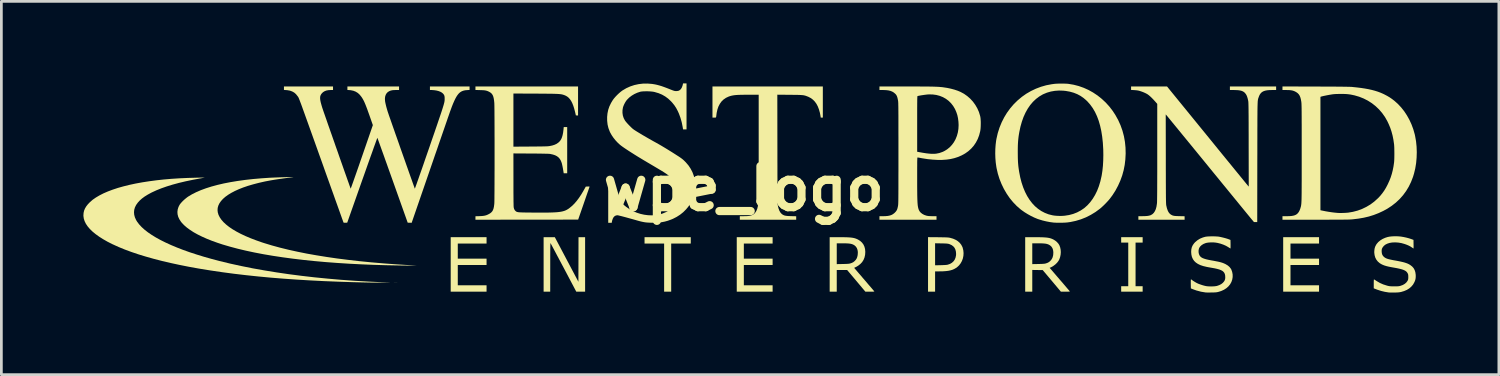
<source format=kicad_pcb>
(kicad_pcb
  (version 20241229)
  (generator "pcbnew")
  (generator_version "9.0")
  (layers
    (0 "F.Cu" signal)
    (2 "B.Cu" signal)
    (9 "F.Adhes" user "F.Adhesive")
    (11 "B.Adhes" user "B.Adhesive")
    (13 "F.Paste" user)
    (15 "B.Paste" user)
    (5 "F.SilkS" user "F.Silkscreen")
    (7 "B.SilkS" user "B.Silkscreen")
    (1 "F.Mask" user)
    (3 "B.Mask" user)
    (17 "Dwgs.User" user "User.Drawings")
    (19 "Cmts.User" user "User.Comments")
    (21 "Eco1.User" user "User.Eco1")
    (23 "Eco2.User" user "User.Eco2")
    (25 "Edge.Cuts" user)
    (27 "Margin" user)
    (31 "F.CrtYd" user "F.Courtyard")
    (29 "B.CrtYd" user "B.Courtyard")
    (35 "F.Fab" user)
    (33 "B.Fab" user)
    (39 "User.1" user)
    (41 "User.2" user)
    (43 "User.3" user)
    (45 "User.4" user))
  (footprint "wpe_logo"
    (layer "F.Cu")
    (at 24.144 3.845)
    (property "Reference" "wpe_logo" (at 0 0 0) (layer "F.SilkS") (effects (font (size 1.5 1.5) (thickness 0.3))))
    (attr board_only exclude_from_pos_files exclude_from_bom)
    (fp_poly (pts (xy -12.703 3.441) (xy -12.681 3.442) (xy -12.668 3.443) (xy -12.672 3.444) (xy -12.69 3.445) (xy -12.722 3.445) (xy -12.734 3.445) (xy -12.77 3.445) (xy -12.792 3.445) (xy -12.801 3.444) (xy -12.794 3.443) (xy -12.788 3.442) (xy -12.747 3.441)) (stroke (width 0) (type solid)) (fill yes) (layer "F.SilkS"))
    (fp_poly (pts (xy -1.94 1.892) (xy -1.94 2.009) (xy -2.298 2.009) (xy -2.656 2.009) (xy -2.656 2.888) (xy -2.656 3.768) (xy -2.785 3.768) (xy -2.914 3.768) (xy -2.914 2.888) (xy -2.914 2.009) (xy -3.272 2.009) (xy -3.63 2.009) (xy -3.63 1.892) (xy -3.63 1.776) (xy -2.785 1.776) (xy -1.94 1.776)) (stroke (width 0) (type solid)) (fill yes) (layer "F.SilkS"))
    (fp_poly (pts (xy -9.406 1.892) (xy -9.406 2.009) (xy -9.932 2.009) (xy -10.458 2.009) (xy -10.458 2.285) (xy -10.458 2.561) (xy -9.932 2.561) (xy -9.406 2.561) (xy -9.406 2.677) (xy -9.406 2.793) (xy -9.932 2.793) (xy -10.458 2.793) (xy -10.458 3.164) (xy -10.458 3.535) (xy -9.932 3.535) (xy -9.406 3.535) (xy -9.406 3.651) (xy -9.406 3.768) (xy -10.062 3.768) (xy -10.717 3.768) (xy -10.717 2.772) (xy -10.717 1.776) (xy -10.062 1.776) (xy -9.406 1.776)) (stroke (width 0) (type solid)) (fill yes) (layer "F.SilkS"))
    (fp_poly (pts (xy 1.052 1.892) (xy 1.052 2.009) (xy 0.526 2.009) (xy 0 2.009) (xy 0 2.285) (xy 0 2.561) (xy 0.526 2.561) (xy 1.052 2.561) (xy 1.052 2.677) (xy 1.052 2.793) (xy 0.526 2.793) (xy 0 2.793) (xy 0 3.164) (xy 0 3.535) (xy 0.526 3.535) (xy 1.052 3.535) (xy 1.052 3.651) (xy 1.052 3.768) (xy 0.397 3.768) (xy -0.259 3.768) (xy -0.259 2.772) (xy -0.259 1.776) (xy 0.397 1.776) (xy 1.052 1.776)) (stroke (width 0) (type solid)) (fill yes) (layer "F.SilkS"))
    (fp_poly (pts (xy 14.58 1.875) (xy 14.58 1.974) (xy 14.45 1.974) (xy 14.321 1.974) (xy 14.321 2.772) (xy 14.321 3.569) (xy 14.45 3.569) (xy 14.58 3.569) (xy 14.58 3.669) (xy 14.58 3.768) (xy 14.187 3.768) (xy 13.795 3.768) (xy 13.795 3.669) (xy 13.795 3.569) (xy 13.924 3.569) (xy 14.054 3.569) (xy 14.054 2.772) (xy 14.054 1.974) (xy 13.924 1.974) (xy 13.795 1.974) (xy 13.795 1.875) (xy 13.795 1.776) (xy 14.187 1.776) (xy 14.58 1.776)) (stroke (width 0) (type solid)) (fill yes) (layer "F.SilkS"))
    (fp_poly (pts (xy 21.029 1.892) (xy 21.029 2.009) (xy 20.507 2.009) (xy 19.985 2.009) (xy 19.985 2.285) (xy 19.985 2.561) (xy 20.507 2.561) (xy 21.029 2.561) (xy 21.029 2.677) (xy 21.029 2.793) (xy 20.507 2.793) (xy 19.985 2.793) (xy 19.985 3.164) (xy 19.985 3.535) (xy 20.507 3.535) (xy 21.029 3.535) (xy 21.029 3.651) (xy 21.029 3.768) (xy 20.373 3.768) (xy 19.718 3.768) (xy 19.718 2.772) (xy 19.718 1.776) (xy 20.373 1.776) (xy 21.029 1.776)) (stroke (width 0) (type solid)) (fill yes) (layer "F.SilkS"))
    (fp_poly (pts (xy -5.803 2.772) (xy -5.803 3.768) (xy -5.964 3.768) (xy -6.126 3.768) (xy -6.591 2.887) (xy -6.652 2.773) (xy -6.711 2.662) (xy -6.767 2.556) (xy -6.82 2.457) (xy -6.869 2.364) (xy -6.914 2.28) (xy -6.954 2.204) (xy -6.989 2.139) (xy -7.018 2.084) (xy -7.041 2.042) (xy -7.057 2.012) (xy -7.066 1.996) (xy -7.067 1.993) (xy -7.069 1.994) (xy -7.071 2.002) (xy -7.072 2.019) (xy -7.073 2.044) (xy -7.074 2.079) (xy -7.075 2.125) (xy -7.076 2.182) (xy -7.077 2.251) (xy -7.077 2.333) (xy -7.078 2.428) (xy -7.078 2.538) (xy -7.078 2.664) (xy -7.078 2.806) (xy -7.078 2.873) (xy -7.079 3.768) (xy -7.199 3.768) (xy -7.32 3.768) (xy -7.32 2.772) (xy -7.32 1.776) (xy -7.115 1.776) (xy -6.91 1.776) (xy -6.479 2.592) (xy -6.048 3.407) (xy -6.046 2.591) (xy -6.044 1.776) (xy -5.923 1.776) (xy -5.803 1.776)) (stroke (width 0) (type solid)) (fill yes) (layer "F.SilkS"))
    (fp_poly (pts (xy 7.098 1.778) (xy 7.189 1.779) (xy 7.264 1.781) (xy 7.326 1.782) (xy 7.376 1.783) (xy 7.417 1.785) (xy 7.45 1.787) (xy 7.477 1.789) (xy 7.501 1.792) (xy 7.522 1.796) (xy 7.544 1.8) (xy 7.544 1.801) (xy 7.65 1.831) (xy 7.743 1.872) (xy 7.825 1.923) (xy 7.894 1.984) (xy 7.949 2.055) (xy 7.99 2.134) (xy 8 2.16) (xy 8.024 2.259) (xy 8.033 2.359) (xy 8.027 2.458) (xy 8.007 2.555) (xy 7.973 2.647) (xy 7.926 2.732) (xy 7.867 2.808) (xy 7.813 2.859) (xy 7.755 2.902) (xy 7.694 2.938) (xy 7.628 2.967) (xy 7.554 2.989) (xy 7.472 3.006) (xy 7.378 3.017) (xy 7.272 3.024) (xy 7.151 3.026) (xy 7.145 3.026) (xy 6.992 3.026) (xy 6.992 3.397) (xy 6.992 3.768) (xy 6.863 3.768) (xy 6.734 3.768) (xy 6.734 2.771) (xy 6.734 1.999) (xy 6.992 1.999) (xy 6.992 2.401) (xy 6.992 2.804) (xy 7.197 2.8) (xy 7.277 2.797) (xy 7.342 2.794) (xy 7.392 2.791) (xy 7.43 2.786) (xy 7.456 2.781) (xy 7.537 2.753) (xy 7.607 2.712) (xy 7.665 2.659) (xy 7.71 2.596) (xy 7.74 2.523) (xy 7.757 2.442) (xy 7.76 2.389) (xy 7.753 2.303) (xy 7.734 2.227) (xy 7.702 2.163) (xy 7.656 2.11) (xy 7.596 2.066) (xy 7.522 2.032) (xy 7.488 2.021) (xy 7.467 2.016) (xy 7.441 2.013) (xy 7.408 2.009) (xy 7.366 2.007) (xy 7.312 2.005) (xy 7.244 2.003) (xy 7.214 2.003) (xy 6.992 1.999) (xy 6.734 1.999) (xy 6.734 1.775)) (stroke (width 0) (type solid)) (fill yes) (layer "F.SilkS"))
    (fp_poly (pts (xy 3.581 1.776) (xy 3.682 1.778) (xy 3.769 1.78) (xy 3.845 1.784) (xy 3.909 1.789) (xy 3.966 1.796) (xy 4.015 1.805) (xy 4.059 1.816) (xy 4.099 1.83) (xy 4.138 1.846) (xy 4.175 1.864) (xy 4.255 1.914) (xy 4.32 1.974) (xy 4.372 2.044) (xy 4.409 2.124) (xy 4.432 2.213) (xy 4.44 2.311) (xy 4.44 2.316) (xy 4.433 2.423) (xy 4.411 2.52) (xy 4.375 2.608) (xy 4.324 2.688) (xy 4.258 2.758) (xy 4.177 2.821) (xy 4.096 2.867) (xy 4.033 2.898) (xy 4.05 2.917) (xy 4.058 2.926) (xy 4.075 2.946) (xy 4.102 2.977) (xy 4.136 3.017) (xy 4.176 3.064) (xy 4.222 3.118) (xy 4.273 3.176) (xy 4.326 3.239) (xy 4.381 3.303) (xy 4.437 3.368) (xy 4.493 3.433) (xy 4.546 3.496) (xy 4.597 3.555) (xy 4.645 3.61) (xy 4.687 3.659) (xy 4.722 3.701) (xy 4.75 3.734) (xy 4.766 3.753) (xy 4.77 3.758) (xy 4.769 3.762) (xy 4.762 3.764) (xy 4.746 3.766) (xy 4.72 3.767) (xy 4.681 3.768) (xy 4.627 3.768) (xy 4.611 3.768) (xy 4.443 3.768) (xy 4.11 3.371) (xy 3.776 2.975) (xy 3.586 2.975) (xy 3.397 2.975) (xy 3.397 3.371) (xy 3.397 3.768) (xy 3.268 3.768) (xy 3.138 3.768) (xy 3.138 2.772) (xy 3.138 2) (xy 3.397 2) (xy 3.397 2.381) (xy 3.397 2.761) (xy 3.615 2.757) (xy 3.69 2.755) (xy 3.751 2.753) (xy 3.798 2.75) (xy 3.835 2.747) (xy 3.863 2.743) (xy 3.884 2.738) (xy 3.946 2.717) (xy 3.997 2.692) (xy 4.041 2.658) (xy 4.058 2.642) (xy 4.097 2.599) (xy 4.125 2.554) (xy 4.145 2.503) (xy 4.159 2.443) (xy 4.164 2.404) (xy 4.168 2.32) (xy 4.157 2.244) (xy 4.133 2.177) (xy 4.096 2.121) (xy 4.046 2.075) (xy 3.996 2.046) (xy 3.962 2.033) (xy 3.927 2.022) (xy 3.886 2.014) (xy 3.839 2.008) (xy 3.782 2.004) (xy 3.714 2.001) (xy 3.631 2) (xy 3.607 2) (xy 3.397 2) (xy 3.138 2) (xy 3.138 1.776) (xy 3.464 1.776)) (stroke (width 0) (type solid)) (fill yes) (layer "F.SilkS"))
    (fp_poly (pts (xy 10.729 1.776) (xy 10.83 1.778) (xy 10.917 1.78) (xy 10.992 1.784) (xy 11.057 1.789) (xy 11.113 1.796) (xy 11.162 1.805) (xy 11.206 1.816) (xy 11.247 1.83) (xy 11.285 1.846) (xy 11.323 1.864) (xy 11.388 1.905) (xy 11.447 1.954) (xy 11.497 2.01) (xy 11.534 2.068) (xy 11.534 2.068) (xy 11.564 2.146) (xy 11.582 2.232) (xy 11.588 2.323) (xy 11.581 2.415) (xy 11.563 2.504) (xy 11.534 2.586) (xy 11.501 2.646) (xy 11.452 2.71) (xy 11.39 2.771) (xy 11.319 2.825) (xy 11.245 2.869) (xy 11.221 2.88) (xy 11.18 2.897) (xy 11.197 2.917) (xy 11.209 2.93) (xy 11.231 2.955) (xy 11.26 2.989) (xy 11.297 3.032) (xy 11.34 3.082) (xy 11.388 3.138) (xy 11.439 3.198) (xy 11.493 3.26) (xy 11.548 3.325) (xy 11.604 3.389) (xy 11.658 3.452) (xy 11.71 3.513) (xy 11.759 3.57) (xy 11.803 3.622) (xy 11.841 3.667) (xy 11.873 3.703) (xy 11.896 3.731) (xy 11.91 3.748) (xy 11.914 3.752) (xy 11.917 3.758) (xy 11.916 3.762) (xy 11.909 3.764) (xy 11.893 3.766) (xy 11.867 3.767) (xy 11.829 3.768) (xy 11.776 3.768) (xy 11.758 3.768) (xy 11.591 3.768) (xy 11.259 3.373) (xy 10.927 2.979) (xy 10.736 2.977) (xy 10.545 2.974) (xy 10.545 3.371) (xy 10.545 3.768) (xy 10.415 3.768) (xy 10.286 3.768) (xy 10.286 2.772) (xy 10.286 2) (xy 10.545 2) (xy 10.545 2.381) (xy 10.545 2.761) (xy 10.762 2.757) (xy 10.838 2.755) (xy 10.898 2.753) (xy 10.946 2.75) (xy 10.982 2.747) (xy 11.011 2.743) (xy 11.032 2.738) (xy 11.093 2.718) (xy 11.144 2.692) (xy 11.188 2.659) (xy 11.207 2.641) (xy 11.252 2.586) (xy 11.285 2.524) (xy 11.305 2.452) (xy 11.311 2.41) (xy 11.315 2.322) (xy 11.305 2.245) (xy 11.282 2.178) (xy 11.245 2.121) (xy 11.195 2.076) (xy 11.143 2.046) (xy 11.11 2.033) (xy 11.074 2.022) (xy 11.034 2.014) (xy 10.987 2.008) (xy 10.93 2.004) (xy 10.861 2.001) (xy 10.779 2) (xy 10.755 2) (xy 10.545 2) (xy 10.286 2) (xy 10.286 1.776) (xy 10.612 1.776)) (stroke (width 0) (type solid)) (fill yes) (layer "F.SilkS"))
    (fp_poly (pts (xy 2.888 -3.164) (xy 2.888 -2.595) (xy 2.85 -2.595) (xy 2.812 -2.595) (xy 2.807 -2.632) (xy 2.781 -2.771) (xy 2.746 -2.895) (xy 2.704 -3.005) (xy 2.653 -3.101) (xy 2.593 -3.183) (xy 2.524 -3.253) (xy 2.445 -3.311) (xy 2.356 -3.357) (xy 2.34 -3.363) (xy 2.307 -3.376) (xy 2.277 -3.387) (xy 2.249 -3.397) (xy 2.221 -3.404) (xy 2.19 -3.411) (xy 2.156 -3.416) (xy 2.116 -3.419) (xy 2.069 -3.422) (xy 2.014 -3.425) (xy 1.948 -3.426) (xy 1.869 -3.427) (xy 1.777 -3.428) (xy 1.675 -3.429) (xy 1.224 -3.433) (xy 1.227 -1.438) (xy 1.227 -1.219) (xy 1.227 -1.016) (xy 1.228 -0.828) (xy 1.228 -0.656) (xy 1.228 -0.499) (xy 1.229 -0.356) (xy 1.229 -0.225) (xy 1.229 -0.107) (xy 1.23 -0.001) (xy 1.23 0.093) (xy 1.231 0.178) (xy 1.231 0.252) (xy 1.232 0.318) (xy 1.233 0.374) (xy 1.233 0.424) (xy 1.234 0.466) (xy 1.235 0.501) (xy 1.236 0.531) (xy 1.237 0.555) (xy 1.238 0.576) (xy 1.239 0.592) (xy 1.241 0.606) (xy 1.242 0.617) (xy 1.244 0.626) (xy 1.245 0.629) (xy 1.268 0.724) (xy 1.297 0.803) (xy 1.332 0.867) (xy 1.374 0.916) (xy 1.409 0.945) (xy 1.438 0.962) (xy 1.468 0.976) (xy 1.501 0.987) (xy 1.54 0.994) (xy 1.588 1) (xy 1.647 1.004) (xy 1.72 1.006) (xy 1.735 1.007) (xy 1.914 1.011) (xy 1.914 1.074) (xy 1.914 1.138) (xy 0.884 1.138) (xy -0.147 1.138) (xy -0.147 1.073) (xy -0.147 1.009) (xy -0.002 1.008) (xy 0.086 1.007) (xy 0.159 1.002) (xy 0.219 0.994) (xy 0.269 0.981) (xy 0.311 0.965) (xy 0.318 0.962) (xy 0.373 0.926) (xy 0.419 0.877) (xy 0.458 0.814) (xy 0.49 0.737) (xy 0.513 0.645) (xy 0.53 0.539) (xy 0.534 0.5) (xy 0.535 0.478) (xy 0.536 0.439) (xy 0.537 0.382) (xy 0.538 0.308) (xy 0.539 0.218) (xy 0.54 0.11) (xy 0.541 -0.015) (xy 0.541 -0.157) (xy 0.542 -0.316) (xy 0.542 -0.492) (xy 0.543 -0.684) (xy 0.543 -0.894) (xy 0.543 -1.12) (xy 0.543 -1.363) (xy 0.543 -1.515) (xy 0.543 -3.432) (xy 0.172 -3.432) (xy 0.053 -3.431) (xy -0.05 -3.43) (xy -0.14 -3.428) (xy -0.217 -3.425) (xy -0.285 -3.421) (xy -0.343 -3.415) (xy -0.395 -3.407) (xy -0.442 -3.398) (xy -0.485 -3.387) (xy -0.527 -3.374) (xy -0.562 -3.361) (xy -0.657 -3.316) (xy -0.742 -3.257) (xy -0.815 -3.186) (xy -0.876 -3.101) (xy -0.927 -3.005) (xy -0.965 -2.896) (xy -0.992 -2.775) (xy -1 -2.718) (xy -1.006 -2.67) (xy -1.01 -2.636) (xy -1.015 -2.614) (xy -1.023 -2.602) (xy -1.034 -2.596) (xy -1.051 -2.595) (xy -1.076 -2.595) (xy -1.082 -2.595) (xy -1.147 -2.595) (xy -1.147 -3.164) (xy -1.147 -3.733) (xy 0.871 -3.733) (xy 2.888 -3.733)) (stroke (width 0) (type solid)) (fill yes) (layer "F.SilkS"))
    (fp_poly (pts (xy -16.528 -0.421) (xy -16.455 -0.42) (xy -16.519 -0.412) (xy -16.697 -0.39) (xy -16.858 -0.368) (xy -17.007 -0.347) (xy -17.144 -0.326) (xy -17.272 -0.305) (xy -17.392 -0.283) (xy -17.506 -0.261) (xy -17.617 -0.236) (xy -17.727 -0.211) (xy -17.836 -0.183) (xy -17.942 -0.155) (xy -18.129 -0.1) (xy -18.302 -0.041) (xy -18.462 0.022) (xy -18.608 0.088) (xy -18.739 0.157) (xy -18.856 0.228) (xy -18.958 0.302) (xy -19.045 0.379) (xy -19.116 0.458) (xy -19.172 0.538) (xy -19.212 0.621) (xy -19.235 0.704) (xy -19.241 0.789) (xy -19.232 0.871) (xy -19.205 0.961) (xy -19.16 1.05) (xy -19.099 1.139) (xy -19.021 1.228) (xy -18.927 1.315) (xy -18.817 1.402) (xy -18.691 1.487) (xy -18.549 1.571) (xy -18.392 1.654) (xy -18.22 1.735) (xy -18.033 1.814) (xy -17.831 1.891) (xy -17.615 1.967) (xy -17.528 1.995) (xy -17.251 2.079) (xy -16.958 2.159) (xy -16.648 2.235) (xy -16.322 2.307) (xy -15.981 2.376) (xy -15.624 2.439) (xy -15.252 2.499) (xy -14.866 2.555) (xy -14.465 2.606) (xy -14.049 2.653) (xy -13.62 2.696) (xy -13.176 2.734) (xy -12.72 2.768) (xy -12.25 2.797) (xy -12.234 2.798) (xy -12.171 2.801) (xy -12.112 2.805) (xy -12.06 2.808) (xy -12.018 2.811) (xy -11.987 2.813) (xy -11.972 2.814) (xy -11.971 2.814) (xy -11.967 2.815) (xy -11.978 2.816) (xy -12.005 2.816) (xy -12.048 2.816) (xy -12.108 2.816) (xy -12.184 2.815) (xy -12.277 2.815) (xy -12.386 2.813) (xy -12.513 2.812) (xy -12.601 2.81) (xy -13.078 2.801) (xy -13.545 2.787) (xy -14.001 2.768) (xy -14.447 2.745) (xy -14.88 2.717) (xy -15.302 2.685) (xy -15.712 2.648) (xy -16.109 2.607) (xy -16.493 2.561) (xy -16.864 2.511) (xy -17.221 2.457) (xy -17.563 2.399) (xy -17.892 2.336) (xy -18.205 2.269) (xy -18.503 2.198) (xy -18.785 2.123) (xy -19.051 2.045) (xy -19.236 1.984) (xy -19.44 1.911) (xy -19.631 1.835) (xy -19.808 1.756) (xy -19.97 1.676) (xy -20.117 1.594) (xy -20.248 1.509) (xy -20.364 1.424) (xy -20.464 1.337) (xy -20.547 1.25) (xy -20.581 1.207) (xy -20.638 1.119) (xy -20.679 1.03) (xy -20.702 0.94) (xy -20.708 0.851) (xy -20.697 0.762) (xy -20.669 0.673) (xy -20.631 0.597) (xy -20.604 0.558) (xy -20.566 0.513) (xy -20.519 0.463) (xy -20.467 0.413) (xy -20.412 0.366) (xy -20.358 0.323) (xy -20.318 0.294) (xy -20.178 0.21) (xy -20.022 0.131) (xy -19.85 0.057) (xy -19.663 -0.012) (xy -19.46 -0.076) (xy -19.242 -0.135) (xy -19.01 -0.189) (xy -18.763 -0.237) (xy -18.501 -0.28) (xy -18.226 -0.318) (xy -17.937 -0.35) (xy -17.635 -0.376) (xy -17.33 -0.397) (xy -17.277 -0.399) (xy -17.212 -0.402) (xy -17.139 -0.405) (xy -17.059 -0.408) (xy -16.977 -0.411) (xy -16.893 -0.414) (xy -16.812 -0.416) (xy -16.735 -0.418) (xy -16.665 -0.42) (xy -16.604 -0.421) (xy -16.557 -0.421)) (stroke (width 0) (type solid)) (fill yes) (layer "F.SilkS"))
    (fp_poly (pts (xy -19.725 -0.402) (xy -19.714 -0.401) (xy -19.714 -0.401) (xy -19.725 -0.398) (xy -19.75 -0.394) (xy -19.786 -0.387) (xy -19.831 -0.379) (xy -19.878 -0.371) (xy -20.151 -0.32) (xy -20.409 -0.266) (xy -20.653 -0.208) (xy -20.882 -0.146) (xy -21.096 -0.08) (xy -21.293 -0.011) (xy -21.475 0.062) (xy -21.64 0.138) (xy -21.658 0.147) (xy -21.789 0.218) (xy -21.904 0.289) (xy -22.003 0.362) (xy -22.087 0.437) (xy -22.158 0.515) (xy -22.216 0.597) (xy -22.22 0.604) (xy -22.262 0.689) (xy -22.287 0.777) (xy -22.295 0.867) (xy -22.287 0.959) (xy -22.262 1.052) (xy -22.22 1.145) (xy -22.18 1.212) (xy -22.106 1.309) (xy -22.016 1.406) (xy -21.91 1.502) (xy -21.787 1.598) (xy -21.648 1.693) (xy -21.493 1.788) (xy -21.324 1.881) (xy -21.139 1.973) (xy -20.94 2.064) (xy -20.727 2.153) (xy -20.5 2.241) (xy -20.259 2.327) (xy -20.005 2.41) (xy -19.738 2.492) (xy -19.458 2.571) (xy -19.171 2.647) (xy -18.784 2.741) (xy -18.382 2.829) (xy -17.965 2.913) (xy -17.534 2.99) (xy -17.091 3.062) (xy -16.636 3.129) (xy -16.171 3.189) (xy -15.695 3.244) (xy -15.21 3.292) (xy -14.718 3.335) (xy -14.218 3.371) (xy -13.713 3.4) (xy -13.217 3.423) (xy -13.152 3.425) (xy -13.089 3.428) (xy -13.032 3.43) (xy -12.983 3.432) (xy -12.946 3.434) (xy -12.924 3.434) (xy -12.92 3.435) (xy -12.932 3.435) (xy -12.957 3.436) (xy -12.994 3.436) (xy -13.041 3.436) (xy -13.097 3.436) (xy -13.159 3.437) (xy -13.225 3.437) (xy -13.295 3.437) (xy -13.366 3.436) (xy -13.436 3.436) (xy -13.504 3.436) (xy -13.568 3.436) (xy -13.625 3.436) (xy -13.675 3.435) (xy -13.716 3.435) (xy -13.739 3.434) (xy -14.294 3.421) (xy -14.833 3.403) (xy -15.357 3.382) (xy -15.866 3.356) (xy -16.36 3.326) (xy -16.841 3.292) (xy -17.309 3.254) (xy -17.765 3.211) (xy -18.209 3.164) (xy -18.642 3.113) (xy -19.064 3.057) (xy -19.477 2.996) (xy -19.567 2.982) (xy -19.934 2.922) (xy -20.289 2.858) (xy -20.63 2.79) (xy -20.959 2.719) (xy -21.274 2.645) (xy -21.576 2.567) (xy -21.863 2.486) (xy -22.135 2.403) (xy -22.392 2.316) (xy -22.633 2.227) (xy -22.858 2.135) (xy -23.066 2.04) (xy -23.087 2.031) (xy -23.264 1.941) (xy -23.425 1.849) (xy -23.57 1.757) (xy -23.699 1.664) (xy -23.813 1.57) (xy -23.909 1.476) (xy -23.99 1.381) (xy -24.054 1.286) (xy -24.101 1.19) (xy -24.131 1.095) (xy -24.144 1) (xy -24.144 0.974) (xy -24.138 0.887) (xy -24.119 0.804) (xy -24.086 0.725) (xy -24.039 0.647) (xy -23.977 0.568) (xy -23.905 0.494) (xy -23.806 0.408) (xy -23.69 0.327) (xy -23.558 0.249) (xy -23.411 0.174) (xy -23.249 0.104) (xy -23.073 0.038) (xy -22.883 -0.025) (xy -22.68 -0.082) (xy -22.463 -0.136) (xy -22.235 -0.185) (xy -21.994 -0.229) (xy -21.742 -0.268) (xy -21.48 -0.303) (xy -21.207 -0.333) (xy -20.924 -0.357) (xy -20.632 -0.376) (xy -20.386 -0.387) (xy -20.321 -0.39) (xy -20.25 -0.392) (xy -20.177 -0.394) (xy -20.103 -0.396) (xy -20.03 -0.398) (xy -19.96 -0.4) (xy -19.896 -0.401) (xy -19.838 -0.402) (xy -19.789 -0.402) (xy -19.75 -0.403)) (stroke (width 0) (type solid)) (fill yes) (layer "F.SilkS"))
    (fp_poly (pts (xy 17.224 1.747) (xy 17.287 1.75) (xy 17.341 1.754) (xy 17.364 1.757) (xy 17.419 1.767) (xy 17.483 1.782) (xy 17.55 1.798) (xy 17.616 1.816) (xy 17.676 1.834) (xy 17.724 1.851) (xy 17.727 1.852) (xy 17.791 1.877) (xy 17.794 2.034) (xy 17.794 2.083) (xy 17.794 2.127) (xy 17.793 2.161) (xy 17.792 2.183) (xy 17.791 2.19) (xy 17.782 2.185) (xy 17.762 2.173) (xy 17.734 2.156) (xy 17.712 2.141) (xy 17.627 2.092) (xy 17.53 2.049) (xy 17.426 2.013) (xy 17.319 1.986) (xy 17.245 1.974) (xy 17.185 1.968) (xy 17.119 1.966) (xy 17.05 1.968) (xy 16.985 1.973) (xy 16.928 1.981) (xy 16.886 1.991) (xy 16.808 2.022) (xy 16.742 2.062) (xy 16.689 2.11) (xy 16.651 2.164) (xy 16.647 2.172) (xy 16.632 2.218) (xy 16.624 2.272) (xy 16.625 2.329) (xy 16.635 2.381) (xy 16.65 2.423) (xy 16.67 2.459) (xy 16.697 2.49) (xy 16.732 2.518) (xy 16.776 2.542) (xy 16.832 2.563) (xy 16.9 2.584) (xy 16.982 2.603) (xy 17.08 2.622) (xy 17.097 2.625) (xy 17.192 2.642) (xy 17.272 2.658) (xy 17.34 2.671) (xy 17.397 2.684) (xy 17.445 2.697) (xy 17.488 2.71) (xy 17.526 2.724) (xy 17.562 2.739) (xy 17.599 2.756) (xy 17.618 2.766) (xy 17.694 2.812) (xy 17.756 2.866) (xy 17.803 2.926) (xy 17.822 2.959) (xy 17.853 3.047) (xy 17.87 3.139) (xy 17.871 3.232) (xy 17.856 3.323) (xy 17.824 3.416) (xy 17.777 3.5) (xy 17.715 3.576) (xy 17.64 3.642) (xy 17.553 3.698) (xy 17.452 3.744) (xy 17.357 3.774) (xy 17.327 3.781) (xy 17.299 3.787) (xy 17.27 3.791) (xy 17.237 3.794) (xy 17.197 3.796) (xy 17.145 3.797) (xy 17.093 3.798) (xy 17.037 3.799) (xy 16.985 3.799) (xy 16.94 3.799) (xy 16.905 3.798) (xy 16.884 3.797) (xy 16.882 3.797) (xy 16.713 3.769) (xy 16.544 3.724) (xy 16.429 3.683) (xy 16.343 3.649) (xy 16.34 3.484) (xy 16.34 3.426) (xy 16.34 3.383) (xy 16.341 3.352) (xy 16.342 3.333) (xy 16.345 3.323) (xy 16.349 3.319) (xy 16.35 3.319) (xy 16.365 3.326) (xy 16.373 3.332) (xy 16.387 3.344) (xy 16.412 3.362) (xy 16.445 3.384) (xy 16.483 3.408) (xy 16.522 3.431) (xy 16.558 3.451) (xy 16.57 3.457) (xy 16.621 3.48) (xy 16.683 3.503) (xy 16.751 3.526) (xy 16.819 3.546) (xy 16.882 3.561) (xy 16.907 3.566) (xy 16.959 3.572) (xy 17.02 3.576) (xy 17.086 3.577) (xy 17.152 3.575) (xy 17.214 3.571) (xy 17.267 3.564) (xy 17.3 3.557) (xy 17.382 3.528) (xy 17.454 3.491) (xy 17.512 3.445) (xy 17.557 3.393) (xy 17.578 3.357) (xy 17.59 3.325) (xy 17.597 3.295) (xy 17.6 3.257) (xy 17.6 3.238) (xy 17.597 3.179) (xy 17.586 3.128) (xy 17.567 3.083) (xy 17.538 3.045) (xy 17.499 3.011) (xy 17.447 2.983) (xy 17.382 2.957) (xy 17.303 2.935) (xy 17.209 2.914) (xy 17.14 2.902) (xy 17.085 2.892) (xy 17.026 2.882) (xy 16.971 2.872) (xy 16.925 2.863) (xy 16.916 2.861) (xy 16.795 2.832) (xy 16.69 2.797) (xy 16.599 2.753) (xy 16.524 2.702) (xy 16.463 2.643) (xy 16.416 2.575) (xy 16.382 2.499) (xy 16.362 2.413) (xy 16.354 2.317) (xy 16.354 2.309) (xy 16.36 2.22) (xy 16.379 2.141) (xy 16.413 2.068) (xy 16.462 1.999) (xy 16.501 1.957) (xy 16.584 1.887) (xy 16.677 1.83) (xy 16.781 1.787) (xy 16.869 1.762) (xy 16.907 1.756) (xy 16.958 1.751) (xy 17.02 1.747) (xy 17.087 1.746) (xy 17.156 1.745)) (stroke (width 0) (type solid)) (fill yes) (layer "F.SilkS"))
    (fp_poly (pts (xy 23.949 1.747) (xy 24.021 1.754) (xy 24.119 1.77) (xy 24.221 1.792) (xy 24.319 1.818) (xy 24.406 1.847) (xy 24.482 1.875) (xy 24.484 2.033) (xy 24.485 2.083) (xy 24.485 2.126) (xy 24.484 2.16) (xy 24.484 2.182) (xy 24.482 2.19) (xy 24.474 2.185) (xy 24.455 2.173) (xy 24.43 2.156) (xy 24.424 2.152) (xy 24.365 2.114) (xy 24.303 2.082) (xy 24.232 2.052) (xy 24.16 2.026) (xy 24.044 1.993) (xy 23.933 1.974) (xy 23.822 1.966) (xy 23.8 1.966) (xy 23.697 1.971) (xy 23.604 1.987) (xy 23.522 2.014) (xy 23.452 2.05) (xy 23.396 2.096) (xy 23.353 2.151) (xy 23.342 2.171) (xy 23.329 2.199) (xy 23.322 2.224) (xy 23.319 2.252) (xy 23.318 2.291) (xy 23.318 2.293) (xy 23.324 2.36) (xy 23.34 2.415) (xy 23.368 2.462) (xy 23.396 2.491) (xy 23.42 2.512) (xy 23.447 2.53) (xy 23.476 2.546) (xy 23.512 2.561) (xy 23.555 2.575) (xy 23.607 2.588) (xy 23.671 2.602) (xy 23.749 2.618) (xy 23.814 2.629) (xy 23.921 2.649) (xy 24.013 2.668) (xy 24.092 2.686) (xy 24.159 2.704) (xy 24.217 2.723) (xy 24.267 2.742) (xy 24.311 2.763) (xy 24.352 2.787) (xy 24.367 2.797) (xy 24.434 2.849) (xy 24.486 2.908) (xy 24.524 2.977) (xy 24.549 3.054) (xy 24.562 3.143) (xy 24.564 3.193) (xy 24.562 3.252) (xy 24.556 3.301) (xy 24.545 3.346) (xy 24.526 3.396) (xy 24.512 3.427) (xy 24.465 3.51) (xy 24.403 3.583) (xy 24.328 3.648) (xy 24.241 3.702) (xy 24.141 3.745) (xy 24.032 3.778) (xy 23.974 3.789) (xy 23.94 3.793) (xy 23.892 3.797) (xy 23.836 3.799) (xy 23.775 3.801) (xy 23.715 3.801) (xy 23.658 3.801) (xy 23.61 3.799) (xy 23.576 3.797) (xy 23.435 3.774) (xy 23.3 3.742) (xy 23.164 3.698) (xy 23.117 3.68) (xy 23.029 3.646) (xy 23.029 3.483) (xy 23.029 3.432) (xy 23.03 3.387) (xy 23.032 3.352) (xy 23.034 3.328) (xy 23.037 3.319) (xy 23.037 3.319) (xy 23.046 3.324) (xy 23.067 3.336) (xy 23.097 3.355) (xy 23.132 3.378) (xy 23.138 3.382) (xy 23.251 3.448) (xy 23.373 3.502) (xy 23.508 3.545) (xy 23.512 3.546) (xy 23.548 3.556) (xy 23.578 3.562) (xy 23.606 3.567) (xy 23.637 3.57) (xy 23.673 3.572) (xy 23.718 3.573) (xy 23.775 3.573) (xy 23.834 3.573) (xy 23.88 3.573) (xy 23.915 3.571) (xy 23.944 3.568) (xy 23.969 3.564) (xy 23.994 3.558) (xy 24.01 3.553) (xy 24.091 3.524) (xy 24.16 3.484) (xy 24.217 3.436) (xy 24.259 3.38) (xy 24.269 3.363) (xy 24.28 3.338) (xy 24.287 3.316) (xy 24.29 3.291) (xy 24.292 3.257) (xy 24.292 3.229) (xy 24.291 3.185) (xy 24.288 3.154) (xy 24.283 3.13) (xy 24.274 3.107) (xy 24.271 3.102) (xy 24.251 3.068) (xy 24.226 3.038) (xy 24.193 3.012) (xy 24.151 2.988) (xy 24.1 2.966) (xy 24.036 2.946) (xy 23.96 2.927) (xy 23.87 2.908) (xy 23.764 2.889) (xy 23.758 2.888) (xy 23.653 2.869) (xy 23.564 2.851) (xy 23.488 2.832) (xy 23.422 2.812) (xy 23.365 2.79) (xy 23.314 2.766) (xy 23.267 2.738) (xy 23.245 2.724) (xy 23.179 2.667) (xy 23.125 2.599) (xy 23.085 2.522) (xy 23.06 2.436) (xy 23.048 2.342) (xy 23.049 2.285) (xy 23.058 2.201) (xy 23.079 2.127) (xy 23.113 2.059) (xy 23.136 2.023) (xy 23.195 1.954) (xy 23.269 1.893) (xy 23.354 1.84) (xy 23.449 1.798) (xy 23.533 1.771) (xy 23.601 1.757) (xy 23.68 1.748) (xy 23.768 1.743) (xy 23.859 1.742)) (stroke (width 0) (type solid)) (fill yes) (layer "F.SilkS"))
    (fp_poly (pts (xy 11.711 -3.838) (xy 11.781 -3.836) (xy 11.841 -3.832) (xy 11.868 -3.829) (xy 12.058 -3.797) (xy 12.244 -3.749) (xy 12.425 -3.685) (xy 12.601 -3.606) (xy 12.769 -3.512) (xy 12.931 -3.404) (xy 13.083 -3.283) (xy 13.227 -3.149) (xy 13.36 -3.003) (xy 13.482 -2.845) (xy 13.583 -2.691) (xy 13.686 -2.505) (xy 13.772 -2.314) (xy 13.842 -2.117) (xy 13.896 -1.914) (xy 13.933 -1.707) (xy 13.954 -1.495) (xy 13.959 -1.279) (xy 13.947 -1.058) (xy 13.924 -0.867) (xy 13.886 -0.674) (xy 13.833 -0.481) (xy 13.764 -0.291) (xy 13.681 -0.106) (xy 13.585 0.073) (xy 13.476 0.243) (xy 13.379 0.373) (xy 13.334 0.427) (xy 13.28 0.486) (xy 13.22 0.549) (xy 13.159 0.61) (xy 13.099 0.666) (xy 13.044 0.715) (xy 13.019 0.736) (xy 12.856 0.856) (xy 12.685 0.96) (xy 12.508 1.05) (xy 12.324 1.123) (xy 12.135 1.18) (xy 11.942 1.221) (xy 11.829 1.237) (xy 11.77 1.242) (xy 11.698 1.246) (xy 11.619 1.248) (xy 11.538 1.249) (xy 11.458 1.248) (xy 11.386 1.246) (xy 11.325 1.242) (xy 11.316 1.241) (xy 11.189 1.224) (xy 11.055 1.198) (xy 10.922 1.166) (xy 10.797 1.128) (xy 10.737 1.108) (xy 10.621 1.06) (xy 10.499 1.001) (xy 10.378 0.934) (xy 10.261 0.862) (xy 10.155 0.787) (xy 10.118 0.759) (xy 9.975 0.634) (xy 9.842 0.496) (xy 9.719 0.346) (xy 9.608 0.184) (xy 9.508 0.013) (xy 9.421 -0.167) (xy 9.346 -0.354) (xy 9.286 -0.547) (xy 9.24 -0.746) (xy 9.23 -0.804) (xy 9.209 -0.956) (xy 9.196 -1.116) (xy 9.191 -1.28) (xy 9.192 -1.328) (xy 10.015 -1.328) (xy 10.016 -1.217) (xy 10.017 -1.12) (xy 10.02 -1.034) (xy 10.024 -0.955) (xy 10.03 -0.881) (xy 10.037 -0.808) (xy 10.047 -0.733) (xy 10.059 -0.652) (xy 10.067 -0.604) (xy 10.106 -0.404) (xy 10.155 -0.216) (xy 10.214 -0.04) (xy 10.282 0.123) (xy 10.359 0.273) (xy 10.446 0.41) (xy 10.541 0.534) (xy 10.644 0.644) (xy 10.756 0.739) (xy 10.876 0.821) (xy 11.003 0.887) (xy 11.137 0.939) (xy 11.279 0.975) (xy 11.353 0.987) (xy 11.428 0.994) (xy 11.513 0.998) (xy 11.601 0.999) (xy 11.684 0.995) (xy 11.733 0.991) (xy 11.891 0.966) (xy 12.041 0.926) (xy 12.182 0.871) (xy 12.315 0.801) (xy 12.438 0.718) (xy 12.446 0.712) (xy 12.558 0.613) (xy 12.661 0.5) (xy 12.755 0.373) (xy 12.84 0.233) (xy 12.915 0.081) (xy 12.979 -0.084) (xy 13.033 -0.261) (xy 13.076 -0.449) (xy 13.083 -0.483) (xy 13.109 -0.651) (xy 13.128 -0.833) (xy 13.139 -1.025) (xy 13.143 -1.224) (xy 13.14 -1.428) (xy 13.139 -1.441) (xy 13.125 -1.677) (xy 13.101 -1.899) (xy 13.068 -2.106) (xy 13.025 -2.3) (xy 12.973 -2.48) (xy 12.911 -2.646) (xy 12.839 -2.8) (xy 12.757 -2.94) (xy 12.665 -3.068) (xy 12.564 -3.183) (xy 12.534 -3.213) (xy 12.426 -3.307) (xy 12.312 -3.387) (xy 12.191 -3.452) (xy 12.061 -3.504) (xy 11.922 -3.543) (xy 11.772 -3.57) (xy 11.676 -3.58) (xy 11.521 -3.585) (xy 11.369 -3.574) (xy 11.221 -3.548) (xy 11.08 -3.507) (xy 10.946 -3.451) (xy 10.924 -3.44) (xy 10.797 -3.365) (xy 10.678 -3.275) (xy 10.569 -3.171) (xy 10.469 -3.053) (xy 10.378 -2.921) (xy 10.297 -2.776) (xy 10.225 -2.618) (xy 10.164 -2.446) (xy 10.112 -2.262) (xy 10.071 -2.066) (xy 10.067 -2.043) (xy 10.053 -1.961) (xy 10.042 -1.885) (xy 10.034 -1.812) (xy 10.027 -1.74) (xy 10.022 -1.665) (xy 10.018 -1.585) (xy 10.016 -1.495) (xy 10.015 -1.393) (xy 10.015 -1.328) (xy 9.192 -1.328) (xy 9.194 -1.442) (xy 9.205 -1.6) (xy 9.223 -1.749) (xy 9.235 -1.818) (xy 9.283 -2.028) (xy 9.347 -2.229) (xy 9.426 -2.423) (xy 9.52 -2.608) (xy 9.618 -2.769) (xy 9.738 -2.934) (xy 9.869 -3.087) (xy 10.012 -3.227) (xy 10.164 -3.354) (xy 10.326 -3.468) (xy 10.497 -3.567) (xy 10.676 -3.652) (xy 10.861 -3.722) (xy 11.053 -3.777) (xy 11.251 -3.815) (xy 11.355 -3.829) (xy 11.412 -3.834) (xy 11.481 -3.837) (xy 11.557 -3.839) (xy 11.635 -3.839)) (stroke (width 0) (type solid)) (fill yes) (layer "F.SilkS"))
    (fp_poly (pts (xy -6.061 -3.203) (xy -6.061 -2.672) (xy -6.101 -2.674) (xy -6.141 -2.677) (xy -6.169 -2.798) (xy -6.201 -2.922) (xy -6.235 -3.03) (xy -6.272 -3.123) (xy -6.312 -3.202) (xy -6.357 -3.268) (xy -6.406 -3.323) (xy -6.461 -3.367) (xy -6.523 -3.401) (xy -6.575 -3.422) (xy -6.598 -3.429) (xy -6.621 -3.436) (xy -6.644 -3.442) (xy -6.669 -3.447) (xy -6.697 -3.451) (xy -6.729 -3.455) (xy -6.767 -3.458) (xy -6.811 -3.461) (xy -6.862 -3.463) (xy -6.922 -3.465) (xy -6.992 -3.467) (xy -7.073 -3.468) (xy -7.165 -3.469) (xy -7.271 -3.47) (xy -7.391 -3.471) (xy -7.527 -3.472) (xy -7.624 -3.472) (xy -8.424 -3.476) (xy -8.424 -2.504) (xy -8.424 -1.533) (xy -7.805 -1.537) (xy -7.681 -1.538) (xy -7.574 -1.539) (xy -7.481 -1.54) (xy -7.401 -1.541) (xy -7.334 -1.542) (xy -7.278 -1.543) (xy -7.231 -1.545) (xy -7.193 -1.546) (xy -7.161 -1.548) (xy -7.136 -1.551) (xy -7.115 -1.553) (xy -7.104 -1.555) (xy -7.005 -1.575) (xy -6.921 -1.602) (xy -6.849 -1.635) (xy -6.787 -1.677) (xy -6.746 -1.713) (xy -6.707 -1.76) (xy -6.674 -1.815) (xy -6.647 -1.881) (xy -6.625 -1.958) (xy -6.607 -2.048) (xy -6.594 -2.15) (xy -6.584 -2.25) (xy -6.521 -2.25) (xy -6.458 -2.25) (xy -6.458 -1.405) (xy -6.458 -0.56) (xy -6.522 -0.56) (xy -6.586 -0.56) (xy -6.591 -0.597) (xy -6.603 -0.669) (xy -6.615 -0.74) (xy -6.628 -0.807) (xy -6.641 -0.867) (xy -6.652 -0.915) (xy -6.662 -0.948) (xy -6.692 -1.024) (xy -6.729 -1.087) (xy -6.775 -1.14) (xy -6.831 -1.183) (xy -6.899 -1.218) (xy -6.98 -1.245) (xy -7.076 -1.266) (xy -7.091 -1.268) (xy -7.114 -1.271) (xy -7.154 -1.273) (xy -7.211 -1.275) (xy -7.284 -1.276) (xy -7.373 -1.278) (xy -7.479 -1.28) (xy -7.6 -1.281) (xy -7.737 -1.282) (xy -7.788 -1.282) (xy -8.424 -1.286) (xy -8.423 -0.331) (xy -8.423 -0.163) (xy -8.423 -0.01) (xy -8.423 0.129) (xy -8.422 0.253) (xy -8.421 0.362) (xy -8.421 0.456) (xy -8.419 0.534) (xy -8.418 0.596) (xy -8.417 0.642) (xy -8.415 0.671) (xy -8.415 0.68) (xy -8.4 0.741) (xy -8.376 0.787) (xy -8.344 0.822) (xy -8.342 0.824) (xy -8.329 0.834) (xy -8.316 0.842) (xy -8.302 0.849) (xy -8.285 0.855) (xy -8.264 0.859) (xy -8.238 0.864) (xy -8.205 0.867) (xy -8.165 0.869) (xy -8.115 0.871) (xy -8.055 0.873) (xy -7.983 0.874) (xy -7.897 0.875) (xy -7.797 0.876) (xy -7.682 0.877) (xy -7.671 0.877) (xy -7.51 0.878) (xy -7.365 0.878) (xy -7.234 0.878) (xy -7.118 0.876) (xy -7.014 0.873) (xy -6.922 0.869) (xy -6.841 0.864) (xy -6.769 0.857) (xy -6.705 0.848) (xy -6.649 0.838) (xy -6.599 0.825) (xy -6.553 0.811) (xy -6.512 0.794) (xy -6.473 0.775) (xy -6.436 0.753) (xy -6.399 0.729) (xy -6.373 0.709) (xy -6.284 0.636) (xy -6.197 0.551) (xy -6.112 0.453) (xy -6.028 0.341) (xy -5.944 0.215) (xy -5.859 0.072) (xy -5.843 0.043) (xy -5.778 -0.073) (xy -5.708 -0.076) (xy -5.673 -0.077) (xy -5.653 -0.076) (xy -5.643 -0.073) (xy -5.641 -0.067) (xy -5.642 -0.063) (xy -5.646 -0.052) (xy -5.655 -0.027) (xy -5.668 0.012) (xy -5.686 0.064) (xy -5.708 0.126) (xy -5.733 0.198) (xy -5.761 0.279) (xy -5.791 0.366) (xy -5.823 0.459) (xy -5.852 0.543) (xy -6.057 1.134) (xy -7.934 1.136) (xy -9.812 1.138) (xy -9.812 1.074) (xy -9.812 1.011) (xy -9.663 1.007) (xy -9.587 1.003) (xy -9.523 0.997) (xy -9.47 0.988) (xy -9.421 0.975) (xy -9.375 0.957) (xy -9.326 0.933) (xy -9.274 0.903) (xy -9.232 0.869) (xy -9.198 0.831) (xy -9.172 0.786) (xy -9.152 0.731) (xy -9.137 0.665) (xy -9.126 0.585) (xy -9.122 0.54) (xy -9.121 0.518) (xy -9.12 0.479) (xy -9.119 0.426) (xy -9.118 0.358) (xy -9.118 0.277) (xy -9.117 0.184) (xy -9.116 0.08) (xy -9.116 -0.034) (xy -9.115 -0.157) (xy -9.115 -0.288) (xy -9.114 -0.425) (xy -9.114 -0.569) (xy -9.113 -0.718) (xy -9.113 -0.87) (xy -9.113 -1.025) (xy -9.113 -1.182) (xy -9.113 -1.34) (xy -9.113 -1.497) (xy -9.113 -1.653) (xy -9.113 -1.807) (xy -9.114 -1.957) (xy -9.114 -2.103) (xy -9.114 -2.243) (xy -9.115 -2.377) (xy -9.115 -2.504) (xy -9.116 -2.621) (xy -9.117 -2.729) (xy -9.117 -2.827) (xy -9.118 -2.913) (xy -9.119 -2.986) (xy -9.12 -3.046) (xy -9.121 -3.09) (xy -9.122 -3.119) (xy -9.122 -3.126) (xy -9.131 -3.218) (xy -9.143 -3.294) (xy -9.158 -3.357) (xy -9.178 -3.409) (xy -9.203 -3.451) (xy -9.234 -3.487) (xy -9.273 -3.517) (xy -9.318 -3.542) (xy -9.355 -3.56) (xy -9.39 -3.573) (xy -9.426 -3.583) (xy -9.467 -3.591) (xy -9.516 -3.596) (xy -9.576 -3.599) (xy -9.641 -3.601) (xy -9.812 -3.606) (xy -9.812 -3.67) (xy -9.812 -3.733) (xy -7.936 -3.733) (xy -6.061 -3.733)) (stroke (width 0) (type solid)) (fill yes) (layer "F.SilkS"))
    (fp_poly (pts (xy 19.46 -3.669) (xy 19.46 -3.604) (xy 19.318 -3.604) (xy 19.217 -3.602) (xy 19.13 -3.594) (xy 19.057 -3.58) (xy 18.995 -3.558) (xy 18.944 -3.529) (xy 18.902 -3.491) (xy 18.867 -3.444) (xy 18.838 -3.386) (xy 18.818 -3.33) (xy 18.813 -3.317) (xy 18.809 -3.305) (xy 18.805 -3.294) (xy 18.802 -3.282) (xy 18.799 -3.269) (xy 18.796 -3.255) (xy 18.793 -3.239) (xy 18.791 -3.22) (xy 18.788 -3.198) (xy 18.786 -3.172) (xy 18.785 -3.14) (xy 18.783 -3.104) (xy 18.782 -3.061) (xy 18.78 -3.012) (xy 18.779 -2.956) (xy 18.778 -2.891) (xy 18.777 -2.818) (xy 18.777 -2.736) (xy 18.776 -2.644) (xy 18.775 -2.541) (xy 18.775 -2.427) (xy 18.775 -2.301) (xy 18.774 -2.163) (xy 18.774 -2.012) (xy 18.774 -1.846) (xy 18.773 -1.667) (xy 18.773 -1.472) (xy 18.773 -1.261) (xy 18.772 -1.034) (xy 18.772 -0.959) (xy 18.769 1.224) (xy 18.709 1.224) (xy 18.65 1.224) (xy 18.569 1.127) (xy 18.557 1.112) (xy 18.534 1.085) (xy 18.501 1.045) (xy 18.459 0.993) (xy 18.408 0.931) (xy 18.348 0.858) (xy 18.28 0.775) (xy 18.205 0.683) (xy 18.122 0.582) (xy 18.033 0.472) (xy 17.937 0.356) (xy 17.836 0.232) (xy 17.729 0.101) (xy 17.618 -0.035) (xy 17.502 -0.176) (xy 17.383 -0.322) (xy 17.26 -0.473) (xy 17.134 -0.626) (xy 17.006 -0.783) (xy 16.977 -0.819) (xy 16.849 -0.976) (xy 16.724 -1.129) (xy 16.602 -1.278) (xy 16.483 -1.423) (xy 16.369 -1.563) (xy 16.259 -1.697) (xy 16.154 -1.825) (xy 16.055 -1.946) (xy 15.961 -2.061) (xy 15.874 -2.167) (xy 15.793 -2.266) (xy 15.72 -2.355) (xy 15.654 -2.435) (xy 15.597 -2.505) (xy 15.548 -2.565) (xy 15.508 -2.614) (xy 15.477 -2.651) (xy 15.456 -2.676) (xy 15.446 -2.689) (xy 15.445 -2.69) (xy 15.424 -2.712) (xy 15.427 -1.086) (xy 15.427 -0.888) (xy 15.427 -0.707) (xy 15.428 -0.541) (xy 15.428 -0.39) (xy 15.428 -0.254) (xy 15.429 -0.131) (xy 15.429 -0.02) (xy 15.43 0.078) (xy 15.43 0.165) (xy 15.431 0.242) (xy 15.431 0.309) (xy 15.432 0.367) (xy 15.433 0.417) (xy 15.434 0.46) (xy 15.435 0.495) (xy 15.436 0.525) (xy 15.437 0.55) (xy 15.438 0.57) (xy 15.44 0.586) (xy 15.441 0.6) (xy 15.443 0.612) (xy 15.444 0.617) (xy 15.466 0.713) (xy 15.493 0.793) (xy 15.525 0.859) (xy 15.565 0.911) (xy 15.611 0.95) (xy 15.665 0.978) (xy 15.682 0.984) (xy 15.704 0.99) (xy 15.727 0.995) (xy 15.754 0.999) (xy 15.787 1.002) (xy 15.831 1.004) (xy 15.887 1.006) (xy 15.927 1.007) (xy 16.114 1.011) (xy 16.114 1.074) (xy 16.114 1.138) (xy 15.269 1.138) (xy 14.424 1.138) (xy 14.424 1.073) (xy 14.424 1.009) (xy 14.569 1.008) (xy 14.663 1.006) (xy 14.743 1.001) (xy 14.807 0.991) (xy 14.859 0.977) (xy 14.885 0.966) (xy 14.942 0.931) (xy 14.99 0.883) (xy 15.029 0.823) (xy 15.061 0.75) (xy 15.085 0.662) (xy 15.101 0.559) (xy 15.105 0.522) (xy 15.106 0.5) (xy 15.107 0.462) (xy 15.108 0.406) (xy 15.109 0.334) (xy 15.11 0.246) (xy 15.111 0.141) (xy 15.112 0.02) (xy 15.112 -0.117) (xy 15.113 -0.269) (xy 15.113 -0.437) (xy 15.114 -0.62) (xy 15.114 -0.818) (xy 15.114 -1.032) (xy 15.114 -1.259) (xy 15.114 -1.335) (xy 15.114 -3.097) (xy 15.038 -3.184) (xy 14.976 -3.252) (xy 14.915 -3.315) (xy 14.857 -3.37) (xy 14.803 -3.416) (xy 14.756 -3.45) (xy 14.743 -3.458) (xy 14.692 -3.485) (xy 14.629 -3.514) (xy 14.561 -3.541) (xy 14.494 -3.564) (xy 14.443 -3.579) (xy 14.399 -3.588) (xy 14.344 -3.595) (xy 14.284 -3.6) (xy 14.267 -3.601) (xy 14.157 -3.607) (xy 14.157 -3.67) (xy 14.157 -3.733) (xy 14.815 -3.733) (xy 15.472 -3.733) (xy 16.938 -1.935) (xy 17.064 -1.78) (xy 17.187 -1.629) (xy 17.307 -1.481) (xy 17.423 -1.338) (xy 17.536 -1.2) (xy 17.644 -1.068) (xy 17.747 -0.942) (xy 17.845 -0.822) (xy 17.936 -0.71) (xy 18.022 -0.605) (xy 18.101 -0.509) (xy 18.172 -0.421) (xy 18.236 -0.343) (xy 18.291 -0.275) (xy 18.338 -0.218) (xy 18.376 -0.171) (xy 18.405 -0.137) (xy 18.423 -0.114) (xy 18.431 -0.105) (xy 18.431 -0.105) (xy 18.459 -0.073) (xy 18.456 -1.604) (xy 18.456 -1.797) (xy 18.456 -1.973) (xy 18.455 -2.134) (xy 18.455 -2.28) (xy 18.455 -2.412) (xy 18.454 -2.53) (xy 18.454 -2.635) (xy 18.453 -2.729) (xy 18.452 -2.812) (xy 18.452 -2.884) (xy 18.451 -2.946) (xy 18.45 -3) (xy 18.449 -3.046) (xy 18.448 -3.084) (xy 18.447 -3.116) (xy 18.446 -3.142) (xy 18.445 -3.163) (xy 18.443 -3.18) (xy 18.442 -3.193) (xy 18.44 -3.204) (xy 18.44 -3.205) (xy 18.422 -3.286) (xy 18.402 -3.354) (xy 18.38 -3.409) (xy 18.353 -3.456) (xy 18.32 -3.496) (xy 18.32 -3.497) (xy 18.285 -3.529) (xy 18.244 -3.554) (xy 18.196 -3.574) (xy 18.138 -3.588) (xy 18.068 -3.598) (xy 17.985 -3.602) (xy 17.914 -3.604) (xy 17.77 -3.604) (xy 17.77 -3.669) (xy 17.77 -3.733) (xy 18.615 -3.733) (xy 19.46 -3.733)) (stroke (width 0) (type solid)) (fill yes) (layer "F.SilkS"))
    (fp_poly (pts (xy 20.91 -3.731) (xy 21.111 -3.73) (xy 21.296 -3.729) (xy 21.463 -3.729) (xy 21.613 -3.728) (xy 21.747 -3.727) (xy 21.865 -3.726) (xy 21.966 -3.724) (xy 22.051 -3.723) (xy 22.121 -3.722) (xy 22.174 -3.72) (xy 22.212 -3.719) (xy 22.231 -3.717) (xy 22.405 -3.699) (xy 22.563 -3.68) (xy 22.707 -3.658) (xy 22.839 -3.634) (xy 22.96 -3.607) (xy 23.072 -3.577) (xy 23.177 -3.544) (xy 23.276 -3.507) (xy 23.37 -3.466) (xy 23.417 -3.443) (xy 23.518 -3.39) (xy 23.608 -3.337) (xy 23.693 -3.279) (xy 23.779 -3.213) (xy 23.783 -3.21) (xy 23.911 -3.096) (xy 24.031 -2.968) (xy 24.142 -2.828) (xy 24.242 -2.676) (xy 24.332 -2.515) (xy 24.41 -2.345) (xy 24.475 -2.169) (xy 24.527 -1.987) (xy 24.541 -1.923) (xy 24.575 -1.73) (xy 24.595 -1.532) (xy 24.602 -1.331) (xy 24.596 -1.13) (xy 24.578 -0.93) (xy 24.546 -0.736) (xy 24.501 -0.548) (xy 24.464 -0.427) (xy 24.393 -0.244) (xy 24.309 -0.071) (xy 24.211 0.091) (xy 24.1 0.242) (xy 23.975 0.383) (xy 23.837 0.512) (xy 23.686 0.63) (xy 23.523 0.737) (xy 23.374 0.818) (xy 23.204 0.897) (xy 23.031 0.964) (xy 22.852 1.02) (xy 22.665 1.064) (xy 22.468 1.098) (xy 22.26 1.123) (xy 22.18 1.129) (xy 22.153 1.13) (xy 22.11 1.132) (xy 22.052 1.133) (xy 21.978 1.134) (xy 21.89 1.135) (xy 21.788 1.136) (xy 21.673 1.136) (xy 21.546 1.137) (xy 21.408 1.137) (xy 21.259 1.138) (xy 21.1 1.138) (xy 20.931 1.138) (xy 20.876 1.138) (xy 19.692 1.138) (xy 19.692 1.073) (xy 19.692 1.009) (xy 19.842 1.009) (xy 19.936 1.007) (xy 20.014 1.002) (xy 20.079 0.992) (xy 20.134 0.977) (xy 20.18 0.957) (xy 20.219 0.932) (xy 20.253 0.9) (xy 20.287 0.856) (xy 20.316 0.802) (xy 20.32 0.791) (xy 21.08 0.791) (xy 21.168 0.809) (xy 21.277 0.831) (xy 21.39 0.85) (xy 21.504 0.867) (xy 21.613 0.88) (xy 21.711 0.889) (xy 21.749 0.891) (xy 21.792 0.892) (xy 21.847 0.892) (xy 21.909 0.89) (xy 21.972 0.888) (xy 22.031 0.884) (xy 22.08 0.88) (xy 22.094 0.879) (xy 22.269 0.849) (xy 22.44 0.804) (xy 22.604 0.743) (xy 22.761 0.667) (xy 22.91 0.578) (xy 23.049 0.474) (xy 23.178 0.357) (xy 23.18 0.356) (xy 23.267 0.264) (xy 23.343 0.17) (xy 23.413 0.072) (xy 23.478 -0.036) (xy 23.541 -0.157) (xy 23.542 -0.16) (xy 23.6 -0.286) (xy 23.649 -0.41) (xy 23.689 -0.535) (xy 23.722 -0.665) (xy 23.75 -0.804) (xy 23.772 -0.956) (xy 23.772 -0.961) (xy 23.776 -1.001) (xy 23.779 -1.055) (xy 23.781 -1.12) (xy 23.782 -1.192) (xy 23.783 -1.268) (xy 23.782 -1.345) (xy 23.781 -1.42) (xy 23.78 -1.489) (xy 23.777 -1.549) (xy 23.774 -1.597) (xy 23.772 -1.617) (xy 23.748 -1.785) (xy 23.717 -1.94) (xy 23.678 -2.086) (xy 23.631 -2.226) (xy 23.574 -2.362) (xy 23.523 -2.469) (xy 23.435 -2.623) (xy 23.334 -2.765) (xy 23.221 -2.896) (xy 23.096 -3.015) (xy 22.96 -3.122) (xy 22.814 -3.215) (xy 22.659 -3.294) (xy 22.495 -3.359) (xy 22.324 -3.409) (xy 22.318 -3.41) (xy 22.244 -3.426) (xy 22.178 -3.439) (xy 22.113 -3.448) (xy 22.047 -3.455) (xy 21.976 -3.459) (xy 21.894 -3.461) (xy 21.822 -3.461) (xy 21.747 -3.46) (xy 21.686 -3.459) (xy 21.635 -3.457) (xy 21.589 -3.454) (xy 21.546 -3.45) (xy 21.501 -3.444) (xy 21.486 -3.441) (xy 21.435 -3.433) (xy 21.379 -3.423) (xy 21.32 -3.412) (xy 21.262 -3.4) (xy 21.208 -3.389) (xy 21.161 -3.378) (xy 21.124 -3.369) (xy 21.102 -3.362) (xy 21.101 -3.362) (xy 21.08 -3.354) (xy 21.08 -1.282) (xy 21.08 0.791) (xy 20.32 0.791) (xy 20.342 0.735) (xy 20.351 0.704) (xy 20.356 0.687) (xy 20.361 0.671) (xy 20.365 0.655) (xy 20.369 0.639) (xy 20.372 0.621) (xy 20.375 0.601) (xy 20.378 0.579) (xy 20.381 0.553) (xy 20.383 0.523) (xy 20.385 0.488) (xy 20.387 0.447) (xy 20.389 0.4) (xy 20.39 0.346) (xy 20.391 0.284) (xy 20.392 0.213) (xy 20.393 0.133) (xy 20.393 0.043) (xy 20.394 -0.057) (xy 20.394 -0.169) (xy 20.395 -0.294) (xy 20.395 -0.431) (xy 20.395 -0.582) (xy 20.395 -0.747) (xy 20.395 -0.928) (xy 20.395 -1.124) (xy 20.395 -1.311) (xy 20.395 -1.517) (xy 20.395 -1.707) (xy 20.395 -1.881) (xy 20.395 -2.04) (xy 20.395 -2.185) (xy 20.395 -2.316) (xy 20.394 -2.434) (xy 20.394 -2.54) (xy 20.394 -2.635) (xy 20.393 -2.72) (xy 20.393 -2.794) (xy 20.392 -2.859) (xy 20.392 -2.916) (xy 20.391 -2.965) (xy 20.39 -3.007) (xy 20.389 -3.043) (xy 20.388 -3.073) (xy 20.387 -3.099) (xy 20.386 -3.12) (xy 20.384 -3.139) (xy 20.383 -3.154) (xy 20.381 -3.168) (xy 20.38 -3.178) (xy 20.364 -3.266) (xy 20.344 -3.34) (xy 20.318 -3.401) (xy 20.285 -3.451) (xy 20.243 -3.493) (xy 20.191 -3.529) (xy 20.144 -3.554) (xy 20.1 -3.572) (xy 20.054 -3.586) (xy 20.003 -3.595) (xy 19.943 -3.601) (xy 19.871 -3.603) (xy 19.832 -3.604) (xy 19.692 -3.604) (xy 19.692 -3.669) (xy 19.692 -3.734)) (stroke (width 0) (type solid)) (fill yes) (layer "F.SilkS"))
    (fp_poly (pts (xy 6.109 -3.733) (xy 6.259 -3.733) (xy 6.393 -3.733) (xy 6.513 -3.732) (xy 6.62 -3.732) (xy 6.716 -3.731) (xy 6.8 -3.73) (xy 6.876 -3.729) (xy 6.942 -3.727) (xy 7.002 -3.725) (xy 7.055 -3.723) (xy 7.102 -3.721) (xy 7.146 -3.718) (xy 7.187 -3.714) (xy 7.226 -3.711) (xy 7.264 -3.707) (xy 7.298 -3.702) (xy 7.437 -3.681) (xy 7.572 -3.652) (xy 7.702 -3.617) (xy 7.821 -3.577) (xy 7.921 -3.535) (xy 8.049 -3.466) (xy 8.168 -3.382) (xy 8.278 -3.286) (xy 8.376 -3.179) (xy 8.462 -3.061) (xy 8.535 -2.935) (xy 8.594 -2.802) (xy 8.637 -2.662) (xy 8.645 -2.629) (xy 8.653 -2.578) (xy 8.658 -2.514) (xy 8.662 -2.44) (xy 8.662 -2.363) (xy 8.66 -2.285) (xy 8.656 -2.21) (xy 8.649 -2.143) (xy 8.641 -2.097) (xy 8.603 -1.95) (xy 8.551 -1.813) (xy 8.485 -1.686) (xy 8.406 -1.569) (xy 8.313 -1.463) (xy 8.208 -1.368) (xy 8.09 -1.284) (xy 7.959 -1.212) (xy 7.816 -1.152) (xy 7.692 -1.112) (xy 7.557 -1.081) (xy 7.41 -1.06) (xy 7.25 -1.049) (xy 7.081 -1.049) (xy 6.903 -1.059) (xy 6.717 -1.078) (xy 6.524 -1.108) (xy 6.458 -1.12) (xy 6.419 -1.128) (xy 6.385 -1.134) (xy 6.361 -1.137) (xy 6.352 -1.138) (xy 6.35 -1.137) (xy 6.347 -1.135) (xy 6.345 -1.129) (xy 6.344 -1.118) (xy 6.342 -1.103) (xy 6.341 -1.081) (xy 6.34 -1.051) (xy 6.339 -1.014) (xy 6.338 -0.966) (xy 6.338 -0.908) (xy 6.338 -0.839) (xy 6.337 -0.757) (xy 6.337 -0.661) (xy 6.337 -0.55) (xy 6.337 -0.423) (xy 6.337 -0.382) (xy 6.337 -0.226) (xy 6.337 -0.087) (xy 6.338 0.037) (xy 6.339 0.147) (xy 6.34 0.244) (xy 6.342 0.33) (xy 6.344 0.404) (xy 6.347 0.469) (xy 6.35 0.525) (xy 6.354 0.574) (xy 6.358 0.616) (xy 6.364 0.653) (xy 6.37 0.686) (xy 6.377 0.716) (xy 6.385 0.743) (xy 6.394 0.77) (xy 6.398 0.779) (xy 6.427 0.833) (xy 6.47 0.882) (xy 6.527 0.925) (xy 6.593 0.961) (xy 6.668 0.987) (xy 6.701 0.995) (xy 6.754 1.003) (xy 6.824 1.007) (xy 6.906 1.009) (xy 7.044 1.009) (xy 7.044 1.073) (xy 7.044 1.138) (xy 6.001 1.138) (xy 4.958 1.138) (xy 4.958 1.073) (xy 4.958 1.009) (xy 5.096 1.009) (xy 5.19 1.006) (xy 5.271 0.998) (xy 5.339 0.984) (xy 5.399 0.963) (xy 5.452 0.934) (xy 5.502 0.896) (xy 5.527 0.872) (xy 5.559 0.837) (xy 5.583 0.803) (xy 5.602 0.766) (xy 5.617 0.721) (xy 5.63 0.665) (xy 5.637 0.631) (xy 5.638 0.621) (xy 5.64 0.609) (xy 5.641 0.595) (xy 5.643 0.579) (xy 5.644 0.559) (xy 5.645 0.535) (xy 5.646 0.506) (xy 5.647 0.471) (xy 5.648 0.43) (xy 5.648 0.383) (xy 5.649 0.327) (xy 5.649 0.263) (xy 5.65 0.19) (xy 5.65 0.107) (xy 5.651 0.014) (xy 5.651 -0.091) (xy 5.651 -0.207) (xy 5.651 -0.337) (xy 5.651 -0.479) (xy 5.652 -0.636) (xy 5.652 -0.808) (xy 5.652 -0.995) (xy 5.652 -1.198) (xy 5.652 -1.298) (xy 5.652 -1.347) (xy 6.337 -1.347) (xy 6.434 -1.329) (xy 6.559 -1.307) (xy 6.669 -1.29) (xy 6.767 -1.279) (xy 6.853 -1.272) (xy 6.93 -1.271) (xy 6.999 -1.274) (xy 7.031 -1.277) (xy 7.147 -1.3) (xy 7.261 -1.34) (xy 7.322 -1.368) (xy 7.428 -1.432) (xy 7.524 -1.509) (xy 7.608 -1.598) (xy 7.681 -1.698) (xy 7.741 -1.807) (xy 7.789 -1.926) (xy 7.824 -2.052) (xy 7.845 -2.185) (xy 7.852 -2.324) (xy 7.846 -2.444) (xy 7.83 -2.573) (xy 7.804 -2.692) (xy 7.766 -2.803) (xy 7.719 -2.91) (xy 7.653 -3.021) (xy 7.575 -3.121) (xy 7.487 -3.208) (xy 7.388 -3.282) (xy 7.28 -3.343) (xy 7.163 -3.39) (xy 7.039 -3.423) (xy 6.908 -3.441) (xy 6.772 -3.444) (xy 6.706 -3.44) (xy 6.665 -3.435) (xy 6.615 -3.429) (xy 6.56 -3.421) (xy 6.505 -3.413) (xy 6.452 -3.404) (xy 6.406 -3.395) (xy 6.37 -3.388) (xy 6.352 -3.383) (xy 6.35 -3.382) (xy 6.348 -3.379) (xy 6.346 -3.372) (xy 6.344 -3.363) (xy 6.343 -3.348) (xy 6.342 -3.328) (xy 6.341 -3.301) (xy 6.34 -3.267) (xy 6.339 -3.225) (xy 6.339 -3.174) (xy 6.338 -3.112) (xy 6.338 -3.039) (xy 6.337 -2.955) (xy 6.337 -2.857) (xy 6.337 -2.745) (xy 6.337 -2.619) (xy 6.337 -2.477) (xy 6.337 -2.363) (xy 6.337 -1.347) (xy 5.652 -1.347) (xy 5.652 -1.508) (xy 5.652 -1.703) (xy 5.652 -1.881) (xy 5.651 -2.044) (xy 5.651 -2.193) (xy 5.651 -2.328) (xy 5.651 -2.451) (xy 5.651 -2.561) (xy 5.651 -2.659) (xy 5.65 -2.746) (xy 5.65 -2.824) (xy 5.649 -2.892) (xy 5.649 -2.951) (xy 5.648 -3.002) (xy 5.647 -3.046) (xy 5.646 -3.083) (xy 5.646 -3.114) (xy 5.645 -3.14) (xy 5.643 -3.162) (xy 5.642 -3.18) (xy 5.641 -3.195) (xy 5.639 -3.207) (xy 5.638 -3.218) (xy 5.636 -3.225) (xy 5.623 -3.29) (xy 5.61 -3.341) (xy 5.595 -3.381) (xy 5.578 -3.415) (xy 5.557 -3.444) (xy 5.534 -3.468) (xy 5.482 -3.512) (xy 5.425 -3.546) (xy 5.36 -3.572) (xy 5.285 -3.59) (xy 5.199 -3.6) (xy 5.098 -3.604) (xy 5.092 -3.604) (xy 4.958 -3.604) (xy 4.958 -3.669) (xy 4.958 -3.733) (xy 5.944 -3.733)) (stroke (width 0) (type solid)) (fill yes) (layer "F.SilkS"))
    (fp_poly (pts (xy -2.095 -3.005) (xy -2.095 -2.164) (xy -2.159 -2.164) (xy -2.222 -2.164) (xy -2.237 -2.257) (xy -2.271 -2.425) (xy -2.317 -2.589) (xy -2.374 -2.743) (xy -2.414 -2.832) (xy -2.474 -2.946) (xy -2.541 -3.048) (xy -2.617 -3.142) (xy -2.662 -3.191) (xy -2.765 -3.288) (xy -2.875 -3.369) (xy -2.992 -3.436) (xy -3.119 -3.489) (xy -3.256 -3.529) (xy -3.288 -3.537) (xy -3.338 -3.545) (xy -3.4 -3.551) (xy -3.468 -3.556) (xy -3.54 -3.558) (xy -3.61 -3.557) (xy -3.677 -3.555) (xy -3.734 -3.55) (xy -3.78 -3.543) (xy -3.789 -3.54) (xy -3.898 -3.504) (xy -4.003 -3.456) (xy -4.101 -3.397) (xy -4.19 -3.329) (xy -4.265 -3.254) (xy -4.285 -3.231) (xy -4.318 -3.184) (xy -4.351 -3.128) (xy -4.381 -3.068) (xy -4.405 -3.01) (xy -4.419 -2.968) (xy -4.436 -2.867) (xy -4.437 -2.767) (xy -4.423 -2.67) (xy -4.393 -2.578) (xy -4.348 -2.493) (xy -4.343 -2.486) (xy -4.323 -2.458) (xy -4.293 -2.422) (xy -4.257 -2.381) (xy -4.217 -2.338) (xy -4.178 -2.298) (xy -4.135 -2.255) (xy -4.1 -2.221) (xy -4.069 -2.193) (xy -4.039 -2.169) (xy -4.005 -2.145) (xy -3.965 -2.119) (xy -3.914 -2.087) (xy -3.908 -2.083) (xy -3.703 -1.959) (xy -3.503 -1.843) (xy -3.302 -1.729) (xy -3.285 -1.72) (xy -3.191 -1.668) (xy -3.099 -1.616) (xy -3.009 -1.564) (xy -2.917 -1.509) (xy -2.821 -1.451) (xy -2.719 -1.388) (xy -2.608 -1.319) (xy -2.486 -1.241) (xy -2.449 -1.217) (xy -2.381 -1.174) (xy -2.326 -1.137) (xy -2.28 -1.104) (xy -2.24 -1.073) (xy -2.204 -1.042) (xy -2.169 -1.008) (xy -2.131 -0.97) (xy -2.123 -0.962) (xy -2.026 -0.849) (xy -1.945 -0.728) (xy -1.879 -0.6) (xy -1.829 -0.466) (xy -1.795 -0.326) (xy -1.777 -0.182) (xy -1.776 -0.033) (xy -1.778 -0.011) (xy -1.795 0.131) (xy -1.829 0.268) (xy -1.878 0.401) (xy -1.942 0.527) (xy -2.02 0.647) (xy -2.111 0.758) (xy -2.214 0.861) (xy -2.329 0.953) (xy -2.455 1.034) (xy -2.591 1.104) (xy -2.664 1.134) (xy -2.778 1.175) (xy -2.89 1.206) (xy -3.001 1.228) (xy -3.118 1.242) (xy -3.243 1.248) (xy -3.379 1.248) (xy -3.383 1.248) (xy -3.462 1.245) (xy -3.53 1.241) (xy -3.592 1.235) (xy -3.651 1.226) (xy -3.711 1.214) (xy -3.777 1.199) (xy -3.853 1.179) (xy -3.906 1.164) (xy -4.049 1.123) (xy -4.176 1.088) (xy -4.288 1.057) (xy -4.384 1.031) (xy -4.465 1.01) (xy -4.53 0.994) (xy -4.578 0.982) (xy -4.611 0.976) (xy -4.624 0.974) (xy -4.677 0.983) (xy -4.722 1.006) (xy -4.761 1.045) (xy -4.791 1.099) (xy -4.814 1.167) (xy -4.824 1.214) (xy -4.83 1.25) (xy -4.894 1.25) (xy -4.958 1.25) (xy -4.958 0.418) (xy -4.958 -0.414) (xy -4.893 -0.414) (xy -4.862 -0.413) (xy -4.839 -0.412) (xy -4.829 -0.41) (xy -4.828 -0.409) (xy -4.827 -0.4) (xy -4.822 -0.377) (xy -4.815 -0.343) (xy -4.806 -0.301) (xy -4.802 -0.283) (xy -4.769 -0.14) (xy -4.731 -0.005) (xy -4.689 0.12) (xy -4.644 0.233) (xy -4.597 0.332) (xy -4.548 0.417) (xy -4.518 0.459) (xy -4.457 0.531) (xy -4.381 0.603) (xy -4.295 0.673) (xy -4.2 0.738) (xy -4.101 0.797) (xy -4.049 0.824) (xy -3.917 0.88) (xy -3.78 0.924) (xy -3.641 0.955) (xy -3.501 0.973) (xy -3.362 0.978) (xy -3.227 0.97) (xy -3.097 0.948) (xy -2.974 0.913) (xy -2.86 0.865) (xy -2.797 0.832) (xy -2.744 0.799) (xy -2.696 0.762) (xy -2.646 0.718) (xy -2.638 0.71) (xy -2.561 0.625) (xy -2.499 0.534) (xy -2.453 0.438) (xy -2.423 0.339) (xy -2.407 0.236) (xy -2.407 0.132) (xy -2.423 0.027) (xy -2.454 -0.076) (xy -2.5 -0.178) (xy -2.561 -0.276) (xy -2.637 -0.369) (xy -2.667 -0.4) (xy -2.699 -0.431) (xy -2.729 -0.459) (xy -2.761 -0.486) (xy -2.796 -0.513) (xy -2.836 -0.541) (xy -2.882 -0.572) (xy -2.936 -0.607) (xy -3 -0.647) (xy -3.076 -0.692) (xy -3.151 -0.737) (xy -3.227 -0.782) (xy -3.306 -0.829) (xy -3.386 -0.876) (xy -3.463 -0.922) (xy -3.535 -0.964) (xy -3.598 -1.002) (xy -3.643 -1.028) (xy -3.762 -1.1) (xy -3.878 -1.17) (xy -3.989 -1.239) (xy -4.095 -1.306) (xy -4.193 -1.369) (xy -4.283 -1.428) (xy -4.364 -1.482) (xy -4.433 -1.53) (xy -4.489 -1.571) (xy -4.532 -1.605) (xy -4.534 -1.607) (xy -4.616 -1.683) (xy -4.695 -1.768) (xy -4.768 -1.86) (xy -4.832 -1.954) (xy -4.884 -2.046) (xy -4.904 -2.089) (xy -4.951 -2.214) (xy -4.982 -2.344) (xy -4.997 -2.48) (xy -4.998 -2.617) (xy -4.985 -2.751) (xy -4.958 -2.881) (xy -4.915 -3.006) (xy -4.855 -3.13) (xy -4.793 -3.233) (xy -4.75 -3.292) (xy -4.696 -3.355) (xy -4.634 -3.42) (xy -4.569 -3.482) (xy -4.504 -3.538) (xy -4.443 -3.584) (xy -4.435 -3.589) (xy -4.298 -3.67) (xy -4.154 -3.735) (xy -4.003 -3.785) (xy -3.847 -3.819) (xy -3.686 -3.838) (xy -3.522 -3.84) (xy -3.356 -3.827) (xy -3.251 -3.81) (xy -3.173 -3.793) (xy -3.094 -3.772) (xy -3.01 -3.747) (xy -2.919 -3.715) (xy -2.817 -3.677) (xy -2.746 -3.649) (xy -2.683 -3.624) (xy -2.632 -3.604) (xy -2.593 -3.589) (xy -2.563 -3.579) (xy -2.539 -3.572) (xy -2.519 -3.568) (xy -2.5 -3.566) (xy -2.481 -3.566) (xy -2.479 -3.566) (xy -2.442 -3.567) (xy -2.408 -3.572) (xy -2.385 -3.577) (xy -2.339 -3.602) (xy -2.299 -3.642) (xy -2.266 -3.697) (xy -2.241 -3.764) (xy -2.233 -3.796) (xy -2.222 -3.845) (xy -2.158 -3.845) (xy -2.095 -3.845)) (stroke (width 0) (type solid)) (fill yes) (layer "F.SilkS"))
    (fp_poly (pts (xy -15.019 -3.669) (xy -15.019 -3.604) (xy -15.103 -3.604) (xy -15.188 -3.599) (xy -15.26 -3.586) (xy -15.322 -3.563) (xy -15.377 -3.53) (xy -15.407 -3.504) (xy -15.445 -3.462) (xy -15.472 -3.416) (xy -15.488 -3.365) (xy -15.492 -3.307) (xy -15.486 -3.239) (xy -15.47 -3.159) (xy -15.469 -3.154) (xy -15.454 -3.1) (xy -15.437 -3.038) (xy -15.419 -2.978) (xy -15.409 -2.944) (xy -15.401 -2.923) (xy -15.389 -2.887) (xy -15.372 -2.837) (xy -15.351 -2.775) (xy -15.325 -2.702) (xy -15.296 -2.618) (xy -15.263 -2.525) (xy -15.228 -2.423) (xy -15.19 -2.313) (xy -15.149 -2.197) (xy -15.107 -2.076) (xy -15.062 -1.95) (xy -15.017 -1.82) (xy -14.97 -1.688) (xy -14.924 -1.554) (xy -14.876 -1.42) (xy -14.829 -1.286) (xy -14.783 -1.153) (xy -14.737 -1.023) (xy -14.692 -0.896) (xy -14.649 -0.773) (xy -14.608 -0.656) (xy -14.569 -0.546) (xy -14.532 -0.442) (xy -14.499 -0.347) (xy -14.468 -0.261) (xy -14.441 -0.186) (xy -14.419 -0.122) (xy -14.4 -0.07) (xy -14.386 -0.031) (xy -14.377 -0.007) (xy -14.374 0.002) (xy -14.374 0.002) (xy -14.37 -0.005) (xy -14.361 -0.028) (xy -14.348 -0.065) (xy -14.329 -0.116) (xy -14.307 -0.179) (xy -14.28 -0.254) (xy -14.25 -0.34) (xy -14.216 -0.436) (xy -14.179 -0.541) (xy -14.139 -0.655) (xy -14.097 -0.775) (xy -14.053 -0.902) (xy -14.008 -1.034) (xy -13.965 -1.156) (xy -13.563 -2.321) (xy -13.695 -2.698) (xy -13.736 -2.811) (xy -13.771 -2.91) (xy -13.804 -2.996) (xy -13.833 -3.07) (xy -13.86 -3.134) (xy -13.885 -3.19) (xy -13.91 -3.239) (xy -13.935 -3.283) (xy -13.96 -3.324) (xy -13.979 -3.352) (xy -14.042 -3.431) (xy -14.111 -3.495) (xy -14.189 -3.543) (xy -14.275 -3.577) (xy -14.371 -3.597) (xy -14.418 -3.601) (xy -14.493 -3.606) (xy -14.493 -3.67) (xy -14.493 -3.733) (xy -13.549 -3.733) (xy -12.605 -3.733) (xy -12.605 -3.669) (xy -12.605 -3.604) (xy -12.712 -3.604) (xy -12.779 -3.603) (xy -12.833 -3.599) (xy -12.879 -3.591) (xy -12.92 -3.58) (xy -12.959 -3.564) (xy -13.016 -3.53) (xy -13.061 -3.483) (xy -13.094 -3.426) (xy -13.115 -3.358) (xy -13.122 -3.28) (xy -13.116 -3.194) (xy -13.114 -3.183) (xy -13.104 -3.129) (xy -13.089 -3.063) (xy -13.071 -2.989) (xy -13.049 -2.911) (xy -13.026 -2.832) (xy -13.007 -2.774) (xy -12.998 -2.749) (xy -12.985 -2.709) (xy -12.967 -2.656) (xy -12.944 -2.591) (xy -12.917 -2.515) (xy -12.887 -2.429) (xy -12.854 -2.334) (xy -12.818 -2.231) (xy -12.779 -2.121) (xy -12.739 -2.005) (xy -12.696 -1.885) (xy -12.652 -1.76) (xy -12.607 -1.632) (xy -12.562 -1.502) (xy -12.516 -1.372) (xy -12.47 -1.242) (xy -12.424 -1.112) (xy -12.379 -0.985) (xy -12.336 -0.862) (xy -12.293 -0.742) (xy -12.253 -0.628) (xy -12.215 -0.52) (xy -12.179 -0.419) (xy -12.146 -0.327) (xy -12.117 -0.244) (xy -12.091 -0.171) (xy -12.069 -0.11) (xy -12.051 -0.061) (xy -12.039 -0.025) (xy -12.031 -0.004) (xy -12.028 0.002) (xy -12.025 -0.005) (xy -12.016 -0.028) (xy -12.002 -0.065) (xy -11.984 -0.116) (xy -11.961 -0.179) (xy -11.935 -0.254) (xy -11.904 -0.34) (xy -11.871 -0.436) (xy -11.834 -0.541) (xy -11.794 -0.654) (xy -11.752 -0.774) (xy -11.708 -0.901) (xy -11.663 -1.033) (xy -11.623 -1.149) (xy -11.549 -1.361) (xy -11.481 -1.557) (xy -11.419 -1.739) (xy -11.361 -1.906) (xy -11.308 -2.059) (xy -11.26 -2.2) (xy -11.216 -2.328) (xy -11.177 -2.444) (xy -11.141 -2.549) (xy -11.109 -2.644) (xy -11.08 -2.729) (xy -11.055 -2.804) (xy -11.033 -2.872) (xy -11.014 -2.931) (xy -10.998 -2.983) (xy -10.984 -3.029) (xy -10.972 -3.069) (xy -10.963 -3.103) (xy -10.955 -3.133) (xy -10.949 -3.159) (xy -10.945 -3.182) (xy -10.942 -3.202) (xy -10.94 -3.221) (xy -10.938 -3.237) (xy -10.938 -3.254) (xy -10.938 -3.27) (xy -10.938 -3.287) (xy -10.938 -3.294) (xy -10.939 -3.346) (xy -10.946 -3.387) (xy -10.958 -3.42) (xy -10.979 -3.452) (xy -11.001 -3.477) (xy -11.042 -3.511) (xy -11.098 -3.542) (xy -11.164 -3.567) (xy -11.24 -3.586) (xy -11.322 -3.598) (xy -11.408 -3.604) (xy -11.417 -3.604) (xy -11.476 -3.604) (xy -11.476 -3.669) (xy -11.476 -3.733) (xy -10.751 -3.733) (xy -10.027 -3.733) (xy -10.027 -3.67) (xy -10.027 -3.607) (xy -10.116 -3.601) (xy -10.178 -3.596) (xy -10.235 -3.585) (xy -10.287 -3.568) (xy -10.336 -3.545) (xy -10.381 -3.514) (xy -10.424 -3.474) (xy -10.465 -3.424) (xy -10.505 -3.364) (xy -10.545 -3.292) (xy -10.586 -3.207) (xy -10.629 -3.109) (xy -10.674 -2.997) (xy -10.721 -2.868) (xy -10.738 -2.823) (xy -10.745 -2.802) (xy -10.758 -2.765) (xy -10.776 -2.713) (xy -10.799 -2.647) (xy -10.827 -2.568) (xy -10.858 -2.476) (xy -10.894 -2.373) (xy -10.933 -2.259) (xy -10.976 -2.135) (xy -11.022 -2.002) (xy -11.071 -1.86) (xy -11.123 -1.71) (xy -11.177 -1.553) (xy -11.233 -1.39) (xy -11.292 -1.222) (xy -11.351 -1.049) (xy -11.412 -0.872) (xy -11.467 -0.713) (xy -12.144 1.25) (xy -12.216 1.248) (xy -12.289 1.246) (xy -12.84 -0.302) (xy -12.896 -0.459) (xy -12.951 -0.612) (xy -13.004 -0.76) (xy -13.054 -0.902) (xy -13.103 -1.037) (xy -13.148 -1.165) (xy -13.191 -1.285) (xy -13.231 -1.395) (xy -13.267 -1.496) (xy -13.299 -1.585) (xy -13.327 -1.664) (xy -13.351 -1.73) (xy -13.37 -1.783) (xy -13.385 -1.822) (xy -13.394 -1.847) (xy -13.397 -1.856) (xy -13.397 -1.856) (xy -13.401 -1.848) (xy -13.41 -1.826) (xy -13.424 -1.788) (xy -13.443 -1.737) (xy -13.466 -1.672) (xy -13.494 -1.595) (xy -13.526 -1.507) (xy -13.561 -1.407) (xy -13.6 -1.298) (xy -13.643 -1.18) (xy -13.688 -1.053) (xy -13.736 -0.918) (xy -13.786 -0.777) (xy -13.838 -0.629) (xy -13.892 -0.476) (xy -13.948 -0.319) (xy -13.952 -0.308) (xy -14.5 1.246) (xy -14.566 1.248) (xy -14.599 1.249) (xy -14.619 1.248) (xy -14.63 1.244) (xy -14.637 1.236) (xy -14.641 1.227) (xy -14.644 1.217) (xy -14.654 1.191) (xy -14.668 1.15) (xy -14.688 1.096) (xy -14.712 1.028) (xy -14.741 0.947) (xy -14.774 0.854) (xy -14.811 0.75) (xy -14.852 0.636) (xy -14.897 0.511) (xy -14.945 0.378) (xy -14.995 0.236) (xy -15.049 0.086) (xy -15.105 -0.07) (xy -15.163 -0.233) (xy -15.224 -0.402) (xy -15.286 -0.575) (xy -15.349 -0.752) (xy -15.351 -0.759) (xy -15.437 -1) (xy -15.518 -1.225) (xy -15.593 -1.436) (xy -15.663 -1.632) (xy -15.728 -1.813) (xy -15.788 -1.981) (xy -15.844 -2.137) (xy -15.895 -2.279) (xy -15.942 -2.41) (xy -15.985 -2.529) (xy -16.024 -2.638) (xy -16.059 -2.736) (xy -16.091 -2.825) (xy -16.12 -2.904) (xy -16.145 -2.975) (xy -16.168 -3.038) (xy -16.188 -3.093) (xy -16.206 -3.14) (xy -16.222 -3.182) (xy -16.235 -3.217) (xy -16.247 -3.247) (xy -16.257 -3.272) (xy -16.265 -3.293) (xy -16.273 -3.31) (xy -16.279 -3.324) (xy -16.285 -3.335) (xy -16.289 -3.344) (xy -16.294 -3.351) (xy -16.298 -3.357) (xy -16.302 -3.363) (xy -16.306 -3.368) (xy -16.311 -3.374) (xy -16.316 -3.381) (xy -16.32 -3.386) (xy -16.375 -3.455) (xy -16.438 -3.51) (xy -16.511 -3.551) (xy -16.594 -3.581) (xy -16.689 -3.598) (xy -16.729 -3.601) (xy -16.813 -3.607) (xy -16.813 -3.67) (xy -16.813 -3.733) (xy -15.916 -3.733) (xy -15.019 -3.733)) (stroke (width 0) (type solid)) (fill yes) (layer "F.SilkS")))
  (gr_rect
    (start -3 -3)
    (end 51.747 10.647)
    (stroke (width 0.1) (type default))
    (fill no)
    (layer "Edge.Cuts")))
</source>
